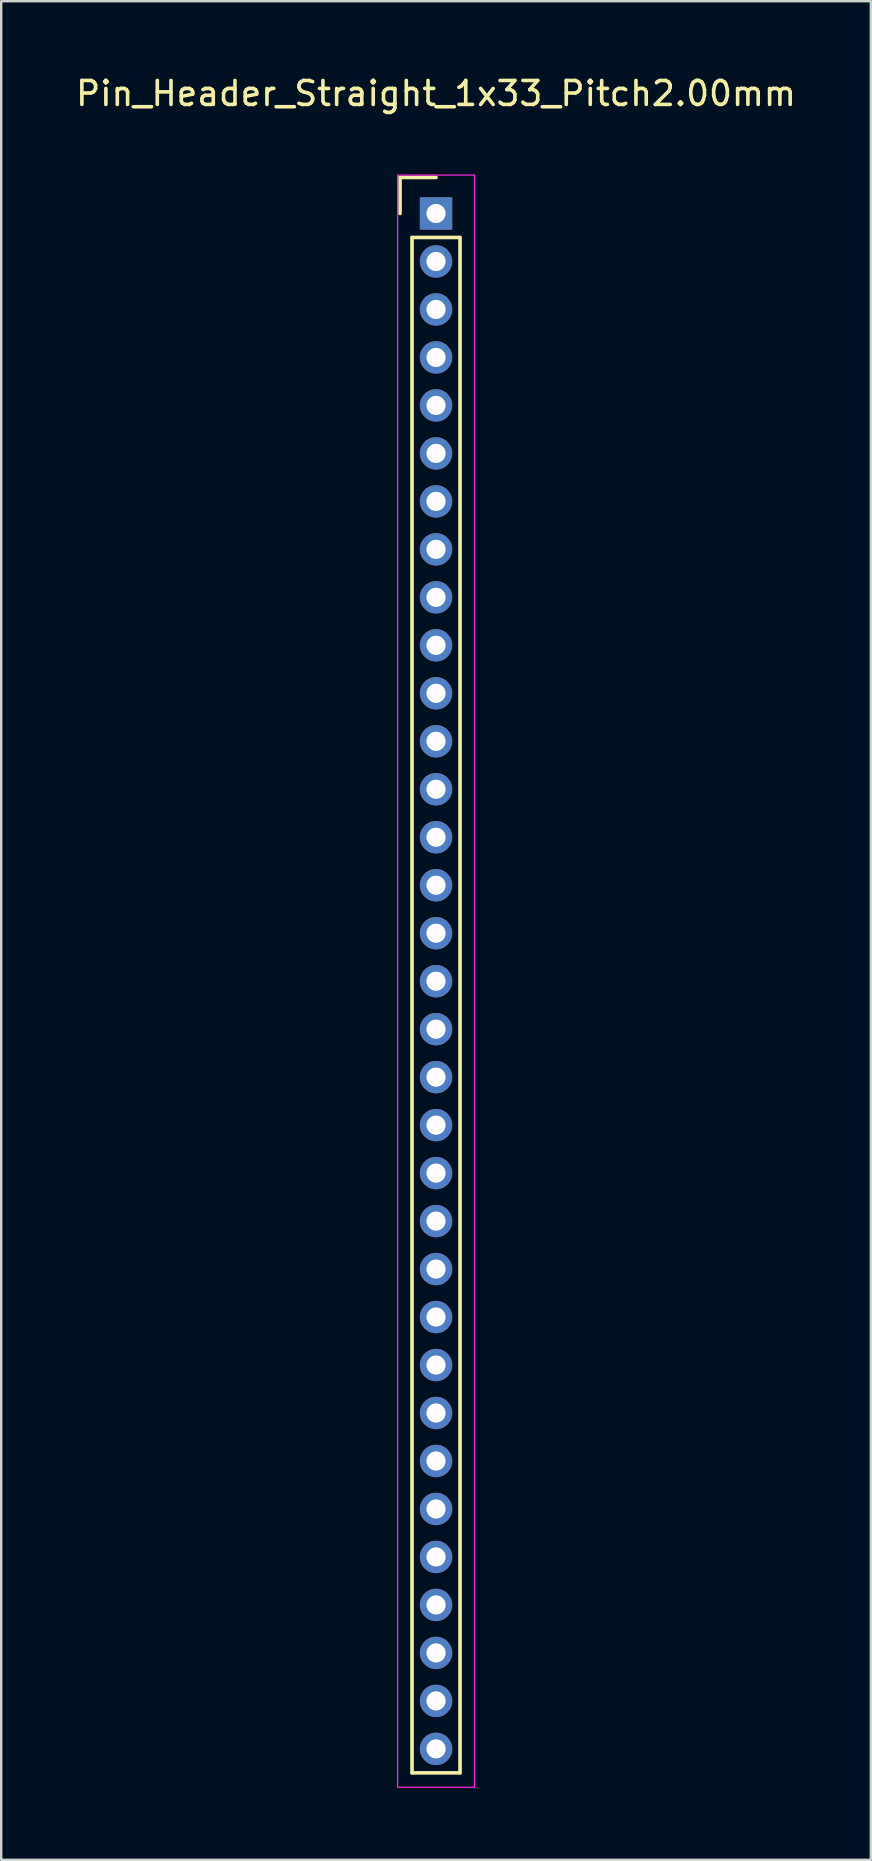
<source format=kicad_pcb>
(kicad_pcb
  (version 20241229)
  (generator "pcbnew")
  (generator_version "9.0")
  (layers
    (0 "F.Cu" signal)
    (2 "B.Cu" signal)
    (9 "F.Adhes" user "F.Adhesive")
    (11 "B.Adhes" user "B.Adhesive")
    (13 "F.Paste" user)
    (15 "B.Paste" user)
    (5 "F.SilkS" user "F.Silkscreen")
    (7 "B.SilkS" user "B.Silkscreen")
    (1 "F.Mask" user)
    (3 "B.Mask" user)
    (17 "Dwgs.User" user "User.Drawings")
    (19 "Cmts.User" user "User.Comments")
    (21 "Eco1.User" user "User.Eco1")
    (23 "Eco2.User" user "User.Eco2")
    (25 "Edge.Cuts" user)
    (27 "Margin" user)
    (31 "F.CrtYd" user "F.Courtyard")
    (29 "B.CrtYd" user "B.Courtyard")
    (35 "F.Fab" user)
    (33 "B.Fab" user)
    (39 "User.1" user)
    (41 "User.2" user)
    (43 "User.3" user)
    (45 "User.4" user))
  (footprint "Pin_Header_Straight_1x33_Pitch2.00mm"
    (layer "F.Cu")
    (at 15.125 5.848)
    (property "Reference" "Pin_Header_Straight_1x33_Pitch2.00mm" (at 0 -5 0) (layer "F.SilkS") (effects (font (size 1 1) (thickness 0.15))))
    (attr through_hole)
    (fp_line (start -1.5 -1.5) (end 0 -1.5) (stroke (width 0.15) (type solid)) (layer "F.SilkS"))
    (fp_line (start -1.5 0) (end -1.5 -1.5) (stroke (width 0.15) (type solid)) (layer "F.SilkS"))
    (fp_line (start -1 1) (end 1 1) (stroke (width 0.15) (type solid)) (layer "F.SilkS"))
    (fp_line (start -1 65) (end -1 1) (stroke (width 0.15) (type solid)) (layer "F.SilkS"))
    (fp_line (start 1 1) (end 1 65) (stroke (width 0.15) (type solid)) (layer "F.SilkS"))
    (fp_line (start 1 65) (end -1 65) (stroke (width 0.15) (type solid)) (layer "F.SilkS"))
    (fp_line (start -1.6 -1.6) (end 1.6 -1.6) (stroke (width 0.05) (type solid)) (layer "F.CrtYd"))
    (fp_line (start -1.6 65.6) (end -1.6 -1.6) (stroke (width 0.05) (type solid)) (layer "F.CrtYd"))
    (fp_line (start 1.6 -1.6) (end 1.6 65.6) (stroke (width 0.05) (type solid)) (layer "F.CrtYd"))
    (fp_line (start 1.6 65.6) (end -1.6 65.6) (stroke (width 0.05) (type solid)) (layer "F.CrtYd"))
    (pad "1" thru_hole rect (at 0 0) (size 1.35 1.35) (drill 0.8) (layers "*.Cu" "*.Mask"))
    (pad "2" thru_hole circle (at 0 2) (size 1.35 1.35) (drill 0.8) (layers "*.Cu" "*.Mask"))
    (pad "3" thru_hole circle (at 0 4) (size 1.35 1.35) (drill 0.8) (layers "*.Cu" "*.Mask"))
    (pad "4" thru_hole circle (at 0 6) (size 1.35 1.35) (drill 0.8) (layers "*.Cu" "*.Mask"))
    (pad "5" thru_hole circle (at 0 8) (size 1.35 1.35) (drill 0.8) (layers "*.Cu" "*.Mask"))
    (pad "6" thru_hole circle (at 0 10) (size 1.35 1.35) (drill 0.8) (layers "*.Cu" "*.Mask"))
    (pad "7" thru_hole circle (at 0 12) (size 1.35 1.35) (drill 0.8) (layers "*.Cu" "*.Mask"))
    (pad "8" thru_hole circle (at 0 14) (size 1.35 1.35) (drill 0.8) (layers "*.Cu" "*.Mask"))
    (pad "9" thru_hole circle (at 0 16) (size 1.35 1.35) (drill 0.8) (layers "*.Cu" "*.Mask"))
    (pad "10" thru_hole circle (at 0 18) (size 1.35 1.35) (drill 0.8) (layers "*.Cu" "*.Mask"))
    (pad "11" thru_hole circle (at 0 20) (size 1.35 1.35) (drill 0.8) (layers "*.Cu" "*.Mask"))
    (pad "12" thru_hole circle (at 0 22) (size 1.35 1.35) (drill 0.8) (layers "*.Cu" "*.Mask"))
    (pad "13" thru_hole circle (at 0 24) (size 1.35 1.35) (drill 0.8) (layers "*.Cu" "*.Mask"))
    (pad "14" thru_hole circle (at 0 26) (size 1.35 1.35) (drill 0.8) (layers "*.Cu" "*.Mask"))
    (pad "15" thru_hole circle (at 0 28) (size 1.35 1.35) (drill 0.8) (layers "*.Cu" "*.Mask"))
    (pad "16" thru_hole circle (at 0 30) (size 1.35 1.35) (drill 0.8) (layers "*.Cu" "*.Mask"))
    (pad "17" thru_hole circle (at 0 32) (size 1.35 1.35) (drill 0.8) (layers "*.Cu" "*.Mask"))
    (pad "18" thru_hole circle (at 0 34) (size 1.35 1.35) (drill 0.8) (layers "*.Cu" "*.Mask"))
    (pad "19" thru_hole circle (at 0 36) (size 1.35 1.35) (drill 0.8) (layers "*.Cu" "*.Mask"))
    (pad "20" thru_hole circle (at 0 38) (size 1.35 1.35) (drill 0.8) (layers "*.Cu" "*.Mask"))
    (pad "21" thru_hole circle (at 0 40) (size 1.35 1.35) (drill 0.8) (layers "*.Cu" "*.Mask"))
    (pad "22" thru_hole circle (at 0 42) (size 1.35 1.35) (drill 0.8) (layers "*.Cu" "*.Mask"))
    (pad "23" thru_hole circle (at 0 44) (size 1.35 1.35) (drill 0.8) (layers "*.Cu" "*.Mask"))
    (pad "24" thru_hole circle (at 0 46) (size 1.35 1.35) (drill 0.8) (layers "*.Cu" "*.Mask"))
    (pad "25" thru_hole circle (at 0 48) (size 1.35 1.35) (drill 0.8) (layers "*.Cu" "*.Mask"))
    (pad "26" thru_hole circle (at 0 50) (size 1.35 1.35) (drill 0.8) (layers "*.Cu" "*.Mask"))
    (pad "27" thru_hole circle (at 0 52) (size 1.35 1.35) (drill 0.8) (layers "*.Cu" "*.Mask"))
    (pad "28" thru_hole circle (at 0 54) (size 1.35 1.35) (drill 0.8) (layers "*.Cu" "*.Mask"))
    (pad "29" thru_hole circle (at 0 56) (size 1.35 1.35) (drill 0.8) (layers "*.Cu" "*.Mask"))
    (pad "30" thru_hole circle (at 0 58) (size 1.35 1.35) (drill 0.8) (layers "*.Cu" "*.Mask"))
    (pad "31" thru_hole circle (at 0 60) (size 1.35 1.35) (drill 0.8) (layers "*.Cu" "*.Mask"))
    (pad "32" thru_hole circle (at 0 62) (size 1.35 1.35) (drill 0.8) (layers "*.Cu" "*.Mask"))
    (pad "33" thru_hole circle (at 0 64) (size 1.35 1.35) (drill 0.8) (layers "*.Cu" "*.Mask")))
  (gr_rect
    (start -3 -3)
    (end 33.25 74.473)
    (stroke (width 0.1) (type default))
    (fill no)
    (layer "Edge.Cuts")))
</source>
